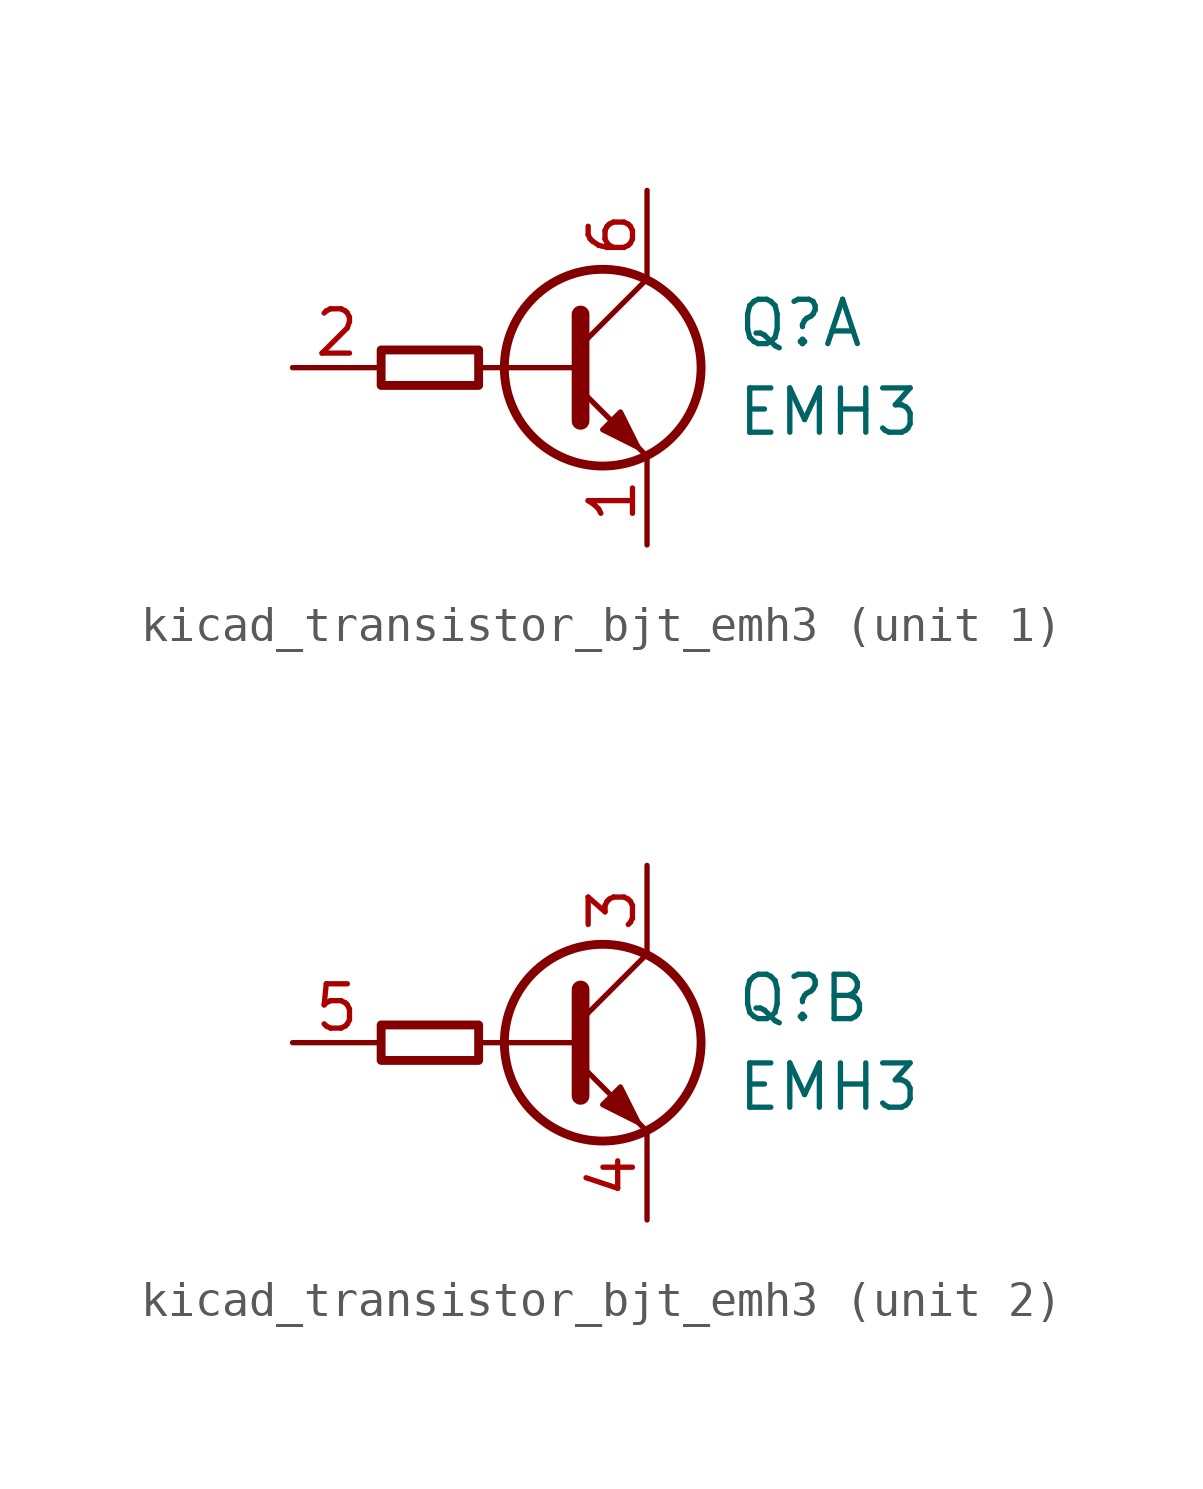
<source format=kicad_sym>
(kicad_symbol_lib
  (version 20220914)
  (generator kicad_symbol_editor)
  (symbol "kicad_transistor_bjt_emh3"
    (pin_names hide)
    (property "Reference" "Q"
      (at 7.62 1.27 0)
      (effects (font (size 1.27 1.27)) (justify left)))
    (property "Value" "EMH3"
      (at 7.62 -1.27 0)
      (effects (font (size 1.27 1.27)) (justify left)))
    (symbol "kicad_transistor_bjt_emh3_0_1"
      (polyline (pts (xy 3.175 0) (xy 0.254 0)) (stroke (width 0) (type default)) (fill (type none)))
      (polyline (pts (xy 3.175 0.635) (xy 5.08 2.54)) (stroke (width 0) (type default)) (fill (type none)))
      (polyline (pts (xy 3.175 1.524) (xy 3.175 -1.524)) (stroke (width 0.508) (type default)) (fill (type none)))
      (polyline (pts (xy 3.175 -0.635) (xy 5.08 -2.54) (xy 5.08 -2.54)) (stroke (width 0) (type default)) (fill (type none)))
      (polyline (pts (xy 3.81 -1.778) (xy 4.318 -1.27) (xy 4.826 -2.286) (xy 3.81 -1.778) (xy 3.81 -1.778)) (stroke (width 0) (type default)) (fill (type outline)))
      (rectangle (start 0.254 0.508) (end -2.54 -0.508) (stroke (width 0.254) (type default)) (fill (type none)))
      (circle (center 3.81 0) (radius 2.819) (stroke (width 0.254) (type default)) (fill (type none))))
    (symbol "kicad_transistor_bjt_emh3_1_1"
      (pin passive line (at 5.08 -5.08 90) (length 2.54) (name "E1" (effects (font (size 1.27 1.27)))) (number "1" (effects (font (size 1.27 1.27)))))
      (pin input line (at -5.08 0 0) (length 2.54) (name "B1" (effects (font (size 1.27 1.27)))) (number "2" (effects (font (size 1.27 1.27)))))
      (pin passive line (at 5.08 5.08 270) (length 2.54) (name "C1" (effects (font (size 1.27 1.27)))) (number "6" (effects (font (size 1.27 1.27))))))
    (symbol "kicad_transistor_bjt_emh3_2_1"
      (pin passive line (at 5.08 5.08 270) (length 2.54) (name "C2" (effects (font (size 1.27 1.27)))) (number "3" (effects (font (size 1.27 1.27)))))
      (pin passive line (at 5.08 -5.08 90) (length 2.54) (name "E2" (effects (font (size 1.27 1.27)))) (number "4" (effects (font (size 1.27 1.27)))))
      (pin input line (at -5.08 0 0) (length 2.54) (name "B2" (effects (font (size 1.27 1.27)))) (number "5" (effects (font (size 1.27 1.27))))))))
</source>
